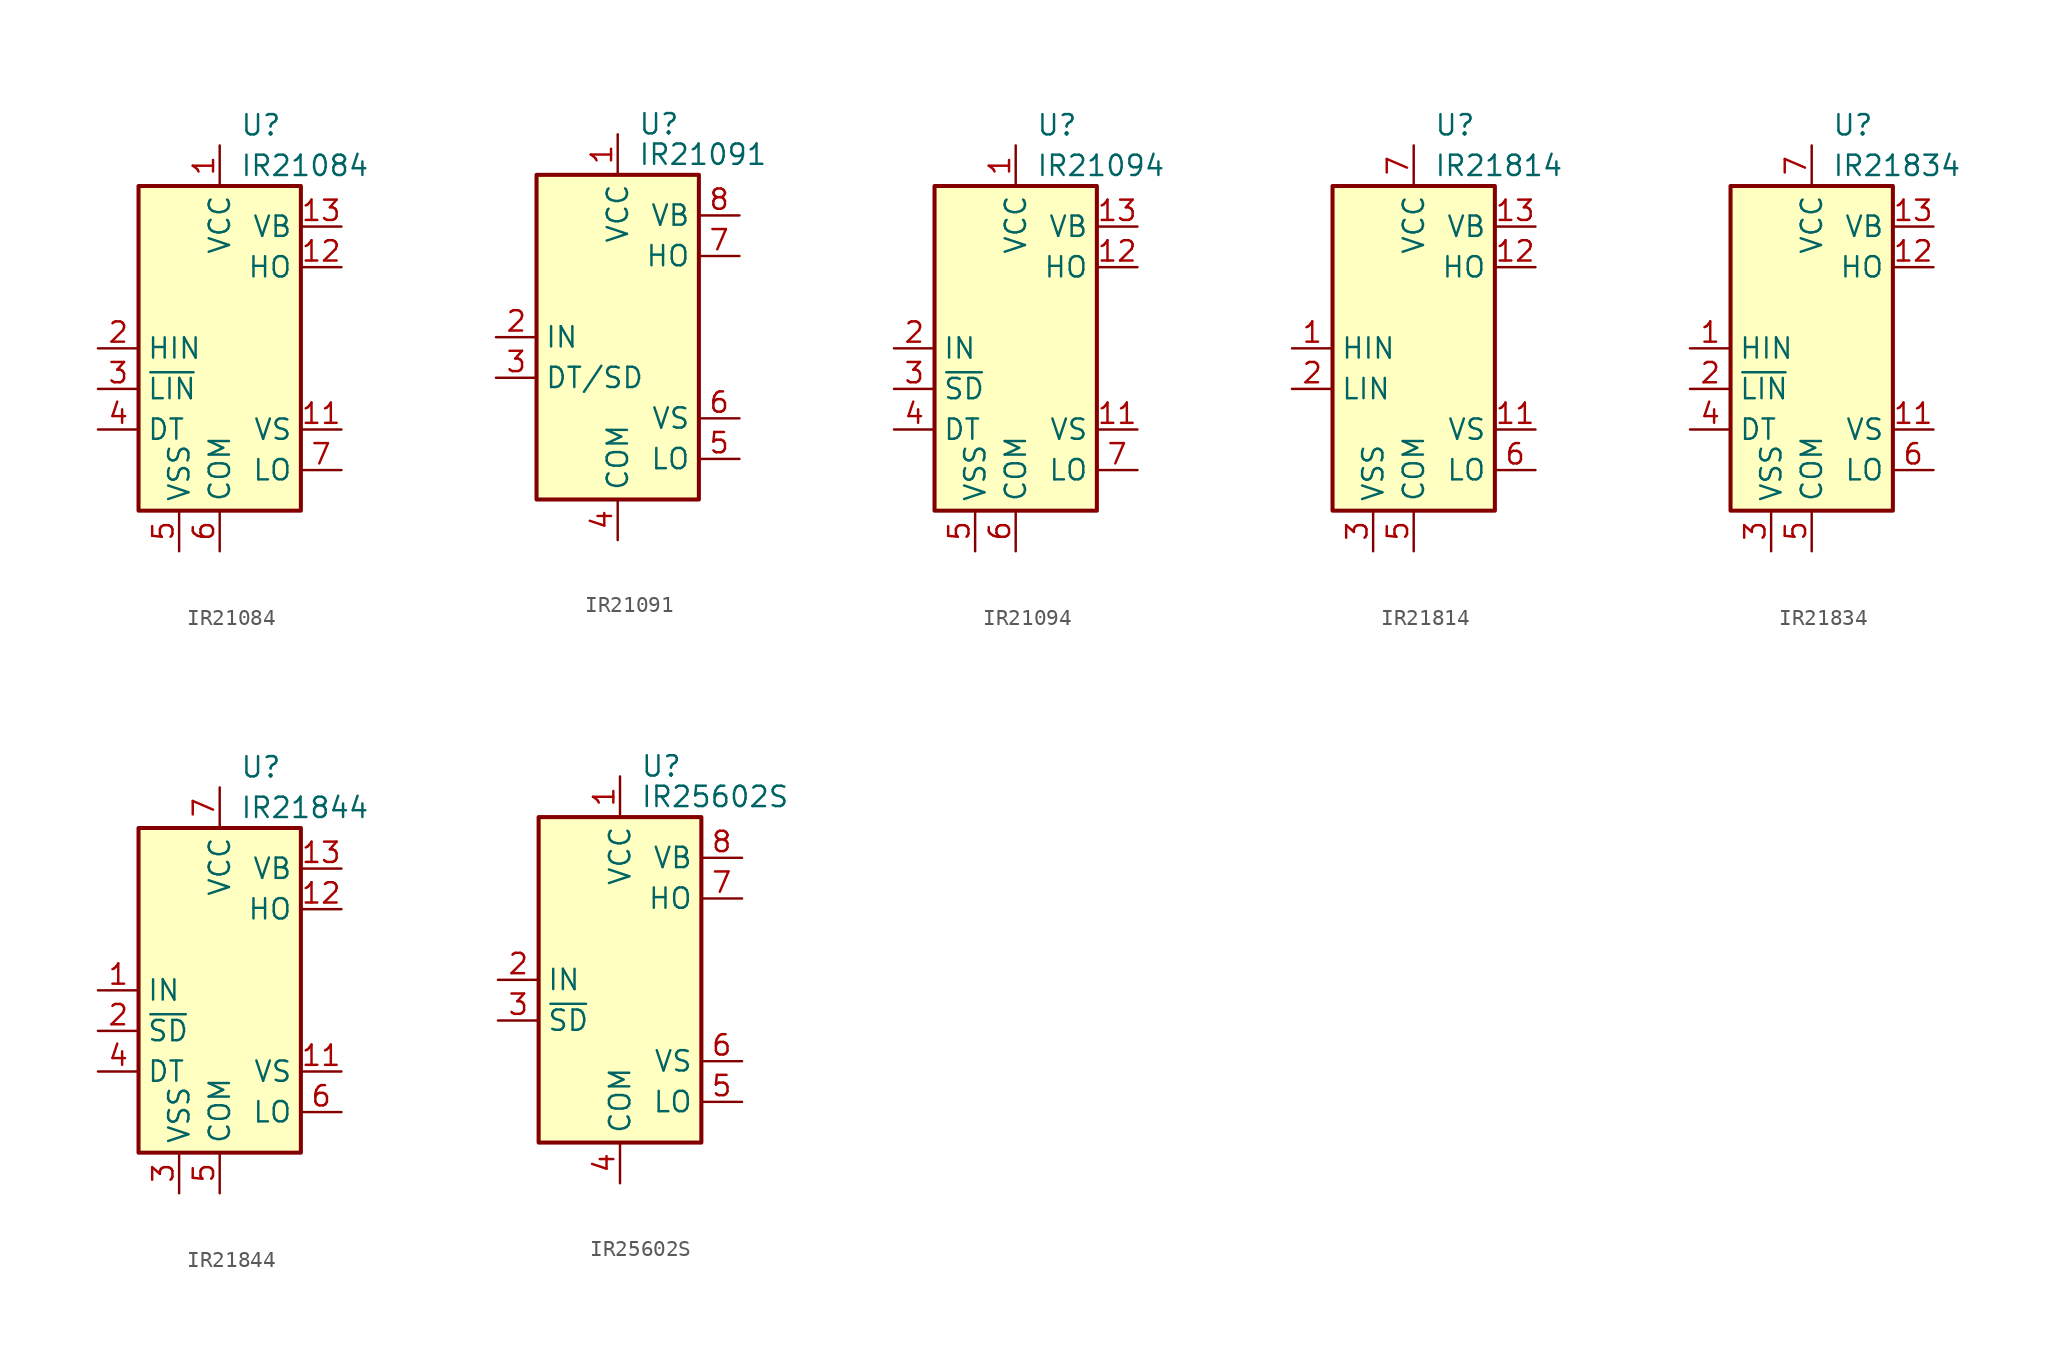
<source format=kicad_sym>
(kicad_symbol_lib
  (version 20241209)
  (generator "kicad_symbol_editor")
  (generator_version "9.0")
  (symbol "IR21084"
    (property "Reference" "U"
      (at 1.27 13.97 0)
      (effects (font (size 1.27 1.27)) (justify left)))
    (property "Value" "IR21084"
      (at 1.27 11.43 0)
      (effects (font (size 1.27 1.27)) (justify left)))
    (symbol "IR21084_0_1"
      (rectangle (start -5.08 -10.16) (end 5.08 10.16) (stroke (width 0.254) (type default)) (fill (type background))))
    (symbol "IR21084_1_1"
      (pin input line (at -7.62 0 0) (length 2.54) (name "HIN" (effects (font (size 1.27 1.27)))) (number "2" (effects (font (size 1.27 1.27)))))
      (pin input line (at -7.62 -2.54 0) (length 2.54) (name "~{LIN}" (effects (font (size 1.27 1.27)))) (number "3" (effects (font (size 1.27 1.27)))))
      (pin input line (at -7.62 -5.08 0) (length 2.54) (name "DT" (effects (font (size 1.27 1.27)))) (number "4" (effects (font (size 1.27 1.27)))))
      (pin no_connect line (at -5.08 7.62 0) (length 2.54) (hide yes) (name "NC" (effects (font (size 1.27 1.27)))) (number "8" (effects (font (size 1.27 1.27)))))
      (pin no_connect line (at -5.08 5.08 0) (length 2.54) (hide yes) (name "NC" (effects (font (size 1.27 1.27)))) (number "9" (effects (font (size 1.27 1.27)))))
      (pin no_connect line (at -5.08 2.54 0) (length 2.54) (hide yes) (name "NC" (effects (font (size 1.27 1.27)))) (number "10" (effects (font (size 1.27 1.27)))))
      (pin power_in line (at -2.54 -12.7 90) (length 2.54) (name "VSS" (effects (font (size 1.27 1.27)))) (number "5" (effects (font (size 1.27 1.27)))))
      (pin power_in line (at 0 12.7 270) (length 2.54) (name "VCC" (effects (font (size 1.27 1.27)))) (number "1" (effects (font (size 1.27 1.27)))))
      (pin power_in line (at 0 -12.7 90) (length 2.54) (name "COM" (effects (font (size 1.27 1.27)))) (number "6" (effects (font (size 1.27 1.27)))))
      (pin no_connect line (at 5.08 2.54 180) (length 2.54) (hide yes) (name "NC" (effects (font (size 1.27 1.27)))) (number "14" (effects (font (size 1.27 1.27)))))
      (pin passive line (at 7.62 7.62 180) (length 2.54) (name "VB" (effects (font (size 1.27 1.27)))) (number "13" (effects (font (size 1.27 1.27)))))
      (pin output line (at 7.62 5.08 180) (length 2.54) (name "HO" (effects (font (size 1.27 1.27)))) (number "12" (effects (font (size 1.27 1.27)))))
      (pin passive line (at 7.62 -5.08 180) (length 2.54) (name "VS" (effects (font (size 1.27 1.27)))) (number "11" (effects (font (size 1.27 1.27)))))
      (pin output line (at 7.62 -7.62 180) (length 2.54) (name "LO" (effects (font (size 1.27 1.27)))) (number "7" (effects (font (size 1.27 1.27)))))))
  (symbol "IR21091"
    (property "Reference" "U"
      (at 1.27 13.335 0)
      (effects (font (size 1.27 1.27)) (justify left)))
    (property "Value" "IR21091"
      (at 1.27 11.43 0)
      (effects (font (size 1.27 1.27)) (justify left)))
    (symbol "IR21091_0_1"
      (rectangle (start -5.08 -10.16) (end 5.08 10.16) (stroke (width 0.254) (type default)) (fill (type background))))
    (symbol "IR21091_1_1"
      (pin input line (at -7.62 0 0) (length 2.54) (name "IN" (effects (font (size 1.27 1.27)))) (number "2" (effects (font (size 1.27 1.27)))))
      (pin input line (at -7.62 -2.54 0) (length 2.54) (name "DT/SD" (effects (font (size 1.27 1.27)))) (number "3" (effects (font (size 1.27 1.27)))))
      (pin power_in line (at 0 12.7 270) (length 2.54) (name "VCC" (effects (font (size 1.27 1.27)))) (number "1" (effects (font (size 1.27 1.27)))))
      (pin power_in line (at 0 -12.7 90) (length 2.54) (name "COM" (effects (font (size 1.27 1.27)))) (number "4" (effects (font (size 1.27 1.27)))))
      (pin passive line (at 7.62 7.62 180) (length 2.54) (name "VB" (effects (font (size 1.27 1.27)))) (number "8" (effects (font (size 1.27 1.27)))))
      (pin output line (at 7.62 5.08 180) (length 2.54) (name "HO" (effects (font (size 1.27 1.27)))) (number "7" (effects (font (size 1.27 1.27)))))
      (pin passive line (at 7.62 -5.08 180) (length 2.54) (name "VS" (effects (font (size 1.27 1.27)))) (number "6" (effects (font (size 1.27 1.27)))))
      (pin output line (at 7.62 -7.62 180) (length 2.54) (name "LO" (effects (font (size 1.27 1.27)))) (number "5" (effects (font (size 1.27 1.27)))))))
  (symbol "IR21094"
    (property "Reference" "U"
      (at 1.27 13.97 0)
      (effects (font (size 1.27 1.27)) (justify left)))
    (property "Value" "IR21094"
      (at 1.27 11.43 0)
      (effects (font (size 1.27 1.27)) (justify left)))
    (symbol "IR21094_0_1"
      (rectangle (start -5.08 -10.16) (end 5.08 10.16) (stroke (width 0.254) (type default)) (fill (type background))))
    (symbol "IR21094_1_1"
      (pin input line (at -7.62 0 0) (length 2.54) (name "IN" (effects (font (size 1.27 1.27)))) (number "2" (effects (font (size 1.27 1.27)))))
      (pin input line (at -7.62 -2.54 0) (length 2.54) (name "~{SD}" (effects (font (size 1.27 1.27)))) (number "3" (effects (font (size 1.27 1.27)))))
      (pin input line (at -7.62 -5.08 0) (length 2.54) (name "DT" (effects (font (size 1.27 1.27)))) (number "4" (effects (font (size 1.27 1.27)))))
      (pin no_connect line (at -5.08 7.62 0) (length 2.54) (hide yes) (name "NC" (effects (font (size 1.27 1.27)))) (number "8" (effects (font (size 1.27 1.27)))))
      (pin no_connect line (at -5.08 5.08 0) (length 2.54) (hide yes) (name "NC" (effects (font (size 1.27 1.27)))) (number "9" (effects (font (size 1.27 1.27)))))
      (pin no_connect line (at -5.08 2.54 0) (length 2.54) (hide yes) (name "NC" (effects (font (size 1.27 1.27)))) (number "10" (effects (font (size 1.27 1.27)))))
      (pin power_in line (at -2.54 -12.7 90) (length 2.54) (name "VSS" (effects (font (size 1.27 1.27)))) (number "5" (effects (font (size 1.27 1.27)))))
      (pin power_in line (at 0 12.7 270) (length 2.54) (name "VCC" (effects (font (size 1.27 1.27)))) (number "1" (effects (font (size 1.27 1.27)))))
      (pin power_in line (at 0 -12.7 90) (length 2.54) (name "COM" (effects (font (size 1.27 1.27)))) (number "6" (effects (font (size 1.27 1.27)))))
      (pin no_connect line (at 5.08 2.54 180) (length 2.54) (hide yes) (name "NC" (effects (font (size 1.27 1.27)))) (number "14" (effects (font (size 1.27 1.27)))))
      (pin passive line (at 7.62 7.62 180) (length 2.54) (name "VB" (effects (font (size 1.27 1.27)))) (number "13" (effects (font (size 1.27 1.27)))))
      (pin output line (at 7.62 5.08 180) (length 2.54) (name "HO" (effects (font (size 1.27 1.27)))) (number "12" (effects (font (size 1.27 1.27)))))
      (pin passive line (at 7.62 -5.08 180) (length 2.54) (name "VS" (effects (font (size 1.27 1.27)))) (number "11" (effects (font (size 1.27 1.27)))))
      (pin output line (at 7.62 -7.62 180) (length 2.54) (name "LO" (effects (font (size 1.27 1.27)))) (number "7" (effects (font (size 1.27 1.27)))))))
  (symbol "IR21814"
    (property "Reference" "U"
      (at 1.27 13.97 0)
      (effects (font (size 1.27 1.27)) (justify left)))
    (property "Value" "IR21814"
      (at 1.27 11.43 0)
      (effects (font (size 1.27 1.27)) (justify left)))
    (symbol "IR21814_0_1"
      (rectangle (start -5.08 -10.16) (end 5.08 10.16) (stroke (width 0.254) (type default)) (fill (type background))))
    (symbol "IR21814_1_1"
      (pin input line (at -7.62 0 0) (length 2.54) (name "HIN" (effects (font (size 1.27 1.27)))) (number "1" (effects (font (size 1.27 1.27)))))
      (pin input line (at -7.62 -2.54 0) (length 2.54) (name "LIN" (effects (font (size 1.27 1.27)))) (number "2" (effects (font (size 1.27 1.27)))))
      (pin no_connect line (at -5.08 7.62 0) (length 2.54) (hide yes) (name "NC" (effects (font (size 1.27 1.27)))) (number "4" (effects (font (size 1.27 1.27)))))
      (pin no_connect line (at -5.08 5.08 0) (length 2.54) (hide yes) (name "NC" (effects (font (size 1.27 1.27)))) (number "8" (effects (font (size 1.27 1.27)))))
      (pin no_connect line (at -5.08 2.54 0) (length 2.54) (hide yes) (name "NC" (effects (font (size 1.27 1.27)))) (number "9" (effects (font (size 1.27 1.27)))))
      (pin power_in line (at -2.54 -12.7 90) (length 2.54) (name "VSS" (effects (font (size 1.27 1.27)))) (number "3" (effects (font (size 1.27 1.27)))))
      (pin power_in line (at 0 12.7 270) (length 2.54) (name "VCC" (effects (font (size 1.27 1.27)))) (number "7" (effects (font (size 1.27 1.27)))))
      (pin power_in line (at 0 -12.7 90) (length 2.54) (name "COM" (effects (font (size 1.27 1.27)))) (number "5" (effects (font (size 1.27 1.27)))))
      (pin no_connect line (at 5.08 2.54 180) (length 2.54) (hide yes) (name "NC" (effects (font (size 1.27 1.27)))) (number "10" (effects (font (size 1.27 1.27)))))
      (pin no_connect line (at 5.08 0 180) (length 2.54) (hide yes) (name "NC" (effects (font (size 1.27 1.27)))) (number "14" (effects (font (size 1.27 1.27)))))
      (pin passive line (at 7.62 7.62 180) (length 2.54) (name "VB" (effects (font (size 1.27 1.27)))) (number "13" (effects (font (size 1.27 1.27)))))
      (pin output line (at 7.62 5.08 180) (length 2.54) (name "HO" (effects (font (size 1.27 1.27)))) (number "12" (effects (font (size 1.27 1.27)))))
      (pin passive line (at 7.62 -5.08 180) (length 2.54) (name "VS" (effects (font (size 1.27 1.27)))) (number "11" (effects (font (size 1.27 1.27)))))
      (pin output line (at 7.62 -7.62 180) (length 2.54) (name "LO" (effects (font (size 1.27 1.27)))) (number "6" (effects (font (size 1.27 1.27)))))))
  (symbol "IR21834"
    (property "Reference" "U"
      (at 1.27 13.97 0)
      (effects (font (size 1.27 1.27)) (justify left)))
    (property "Value" "IR21834"
      (at 1.27 11.43 0)
      (effects (font (size 1.27 1.27)) (justify left)))
    (symbol "IR21834_0_1"
      (rectangle (start -5.08 -10.16) (end 5.08 10.16) (stroke (width 0.254) (type default)) (fill (type background))))
    (symbol "IR21834_1_1"
      (pin input line (at -7.62 0 0) (length 2.54) (name "HIN" (effects (font (size 1.27 1.27)))) (number "1" (effects (font (size 1.27 1.27)))))
      (pin input line (at -7.62 -2.54 0) (length 2.54) (name "~{LIN}" (effects (font (size 1.27 1.27)))) (number "2" (effects (font (size 1.27 1.27)))))
      (pin input line (at -7.62 -5.08 0) (length 2.54) (name "DT" (effects (font (size 1.27 1.27)))) (number "4" (effects (font (size 1.27 1.27)))))
      (pin no_connect line (at -5.08 7.62 0) (length 2.54) (hide yes) (name "NC" (effects (font (size 1.27 1.27)))) (number "8" (effects (font (size 1.27 1.27)))))
      (pin no_connect line (at -5.08 5.08 0) (length 2.54) (hide yes) (name "NC" (effects (font (size 1.27 1.27)))) (number "9" (effects (font (size 1.27 1.27)))))
      (pin no_connect line (at -5.08 2.54 0) (length 2.54) (hide yes) (name "NC" (effects (font (size 1.27 1.27)))) (number "10" (effects (font (size 1.27 1.27)))))
      (pin power_in line (at -2.54 -12.7 90) (length 2.54) (name "VSS" (effects (font (size 1.27 1.27)))) (number "3" (effects (font (size 1.27 1.27)))))
      (pin power_in line (at 0 12.7 270) (length 2.54) (name "VCC" (effects (font (size 1.27 1.27)))) (number "7" (effects (font (size 1.27 1.27)))))
      (pin power_in line (at 0 -12.7 90) (length 2.54) (name "COM" (effects (font (size 1.27 1.27)))) (number "5" (effects (font (size 1.27 1.27)))))
      (pin no_connect line (at 5.08 2.54 180) (length 2.54) (hide yes) (name "NC" (effects (font (size 1.27 1.27)))) (number "14" (effects (font (size 1.27 1.27)))))
      (pin passive line (at 7.62 7.62 180) (length 2.54) (name "VB" (effects (font (size 1.27 1.27)))) (number "13" (effects (font (size 1.27 1.27)))))
      (pin output line (at 7.62 5.08 180) (length 2.54) (name "HO" (effects (font (size 1.27 1.27)))) (number "12" (effects (font (size 1.27 1.27)))))
      (pin passive line (at 7.62 -5.08 180) (length 2.54) (name "VS" (effects (font (size 1.27 1.27)))) (number "11" (effects (font (size 1.27 1.27)))))
      (pin output line (at 7.62 -7.62 180) (length 2.54) (name "LO" (effects (font (size 1.27 1.27)))) (number "6" (effects (font (size 1.27 1.27)))))))
  (symbol "IR21844"
    (property "Reference" "U"
      (at 1.27 13.97 0)
      (effects (font (size 1.27 1.27)) (justify left)))
    (property "Value" "IR21844"
      (at 1.27 11.43 0)
      (effects (font (size 1.27 1.27)) (justify left)))
    (symbol "IR21844_0_1"
      (rectangle (start -5.08 -10.16) (end 5.08 10.16) (stroke (width 0.254) (type default)) (fill (type background))))
    (symbol "IR21844_1_1"
      (pin input line (at -7.62 0 0) (length 2.54) (name "IN" (effects (font (size 1.27 1.27)))) (number "1" (effects (font (size 1.27 1.27)))))
      (pin input line (at -7.62 -2.54 0) (length 2.54) (name "~{SD}" (effects (font (size 1.27 1.27)))) (number "2" (effects (font (size 1.27 1.27)))))
      (pin input line (at -7.62 -5.08 0) (length 2.54) (name "DT" (effects (font (size 1.27 1.27)))) (number "4" (effects (font (size 1.27 1.27)))))
      (pin no_connect line (at -5.08 7.62 0) (length 2.54) (hide yes) (name "NC" (effects (font (size 1.27 1.27)))) (number "8" (effects (font (size 1.27 1.27)))))
      (pin no_connect line (at -5.08 5.08 0) (length 2.54) (hide yes) (name "NC" (effects (font (size 1.27 1.27)))) (number "9" (effects (font (size 1.27 1.27)))))
      (pin no_connect line (at -5.08 2.54 0) (length 2.54) (hide yes) (name "NC" (effects (font (size 1.27 1.27)))) (number "10" (effects (font (size 1.27 1.27)))))
      (pin power_in line (at -2.54 -12.7 90) (length 2.54) (name "VSS" (effects (font (size 1.27 1.27)))) (number "3" (effects (font (size 1.27 1.27)))))
      (pin power_in line (at 0 12.7 270) (length 2.54) (name "VCC" (effects (font (size 1.27 1.27)))) (number "7" (effects (font (size 1.27 1.27)))))
      (pin power_in line (at 0 -12.7 90) (length 2.54) (name "COM" (effects (font (size 1.27 1.27)))) (number "5" (effects (font (size 1.27 1.27)))))
      (pin no_connect line (at 5.08 2.54 180) (length 2.54) (hide yes) (name "NC" (effects (font (size 1.27 1.27)))) (number "14" (effects (font (size 1.27 1.27)))))
      (pin passive line (at 7.62 7.62 180) (length 2.54) (name "VB" (effects (font (size 1.27 1.27)))) (number "13" (effects (font (size 1.27 1.27)))))
      (pin output line (at 7.62 5.08 180) (length 2.54) (name "HO" (effects (font (size 1.27 1.27)))) (number "12" (effects (font (size 1.27 1.27)))))
      (pin passive line (at 7.62 -5.08 180) (length 2.54) (name "VS" (effects (font (size 1.27 1.27)))) (number "11" (effects (font (size 1.27 1.27)))))
      (pin output line (at 7.62 -7.62 180) (length 2.54) (name "LO" (effects (font (size 1.27 1.27)))) (number "6" (effects (font (size 1.27 1.27)))))))
  (symbol "IR25602S"
    (property "Reference" "U"
      (at 1.27 13.335 0)
      (effects (font (size 1.27 1.27)) (justify left)))
    (property "Value" "IR25602S"
      (at 1.27 11.43 0)
      (effects (font (size 1.27 1.27)) (justify left)))
    (symbol "IR25602S_0_1"
      (rectangle (start -5.08 -10.16) (end 5.08 10.16) (stroke (width 0.254) (type default)) (fill (type background))))
    (symbol "IR25602S_1_1"
      (pin input line (at -7.62 0 0) (length 2.54) (name "IN" (effects (font (size 1.27 1.27)))) (number "2" (effects (font (size 1.27 1.27)))))
      (pin input line (at -7.62 -2.54 0) (length 2.54) (name "~{SD}" (effects (font (size 1.27 1.27)))) (number "3" (effects (font (size 1.27 1.27)))))
      (pin power_in line (at 0 12.7 270) (length 2.54) (name "VCC" (effects (font (size 1.27 1.27)))) (number "1" (effects (font (size 1.27 1.27)))))
      (pin power_in line (at 0 -12.7 90) (length 2.54) (name "COM" (effects (font (size 1.27 1.27)))) (number "4" (effects (font (size 1.27 1.27)))))
      (pin passive line (at 7.62 7.62 180) (length 2.54) (name "VB" (effects (font (size 1.27 1.27)))) (number "8" (effects (font (size 1.27 1.27)))))
      (pin output line (at 7.62 5.08 180) (length 2.54) (name "HO" (effects (font (size 1.27 1.27)))) (number "7" (effects (font (size 1.27 1.27)))))
      (pin passive line (at 7.62 -5.08 180) (length 2.54) (name "VS" (effects (font (size 1.27 1.27)))) (number "6" (effects (font (size 1.27 1.27)))))
      (pin output line (at 7.62 -7.62 180) (length 2.54) (name "LO" (effects (font (size 1.27 1.27)))) (number "5" (effects (font (size 1.27 1.27))))))))
</source>
